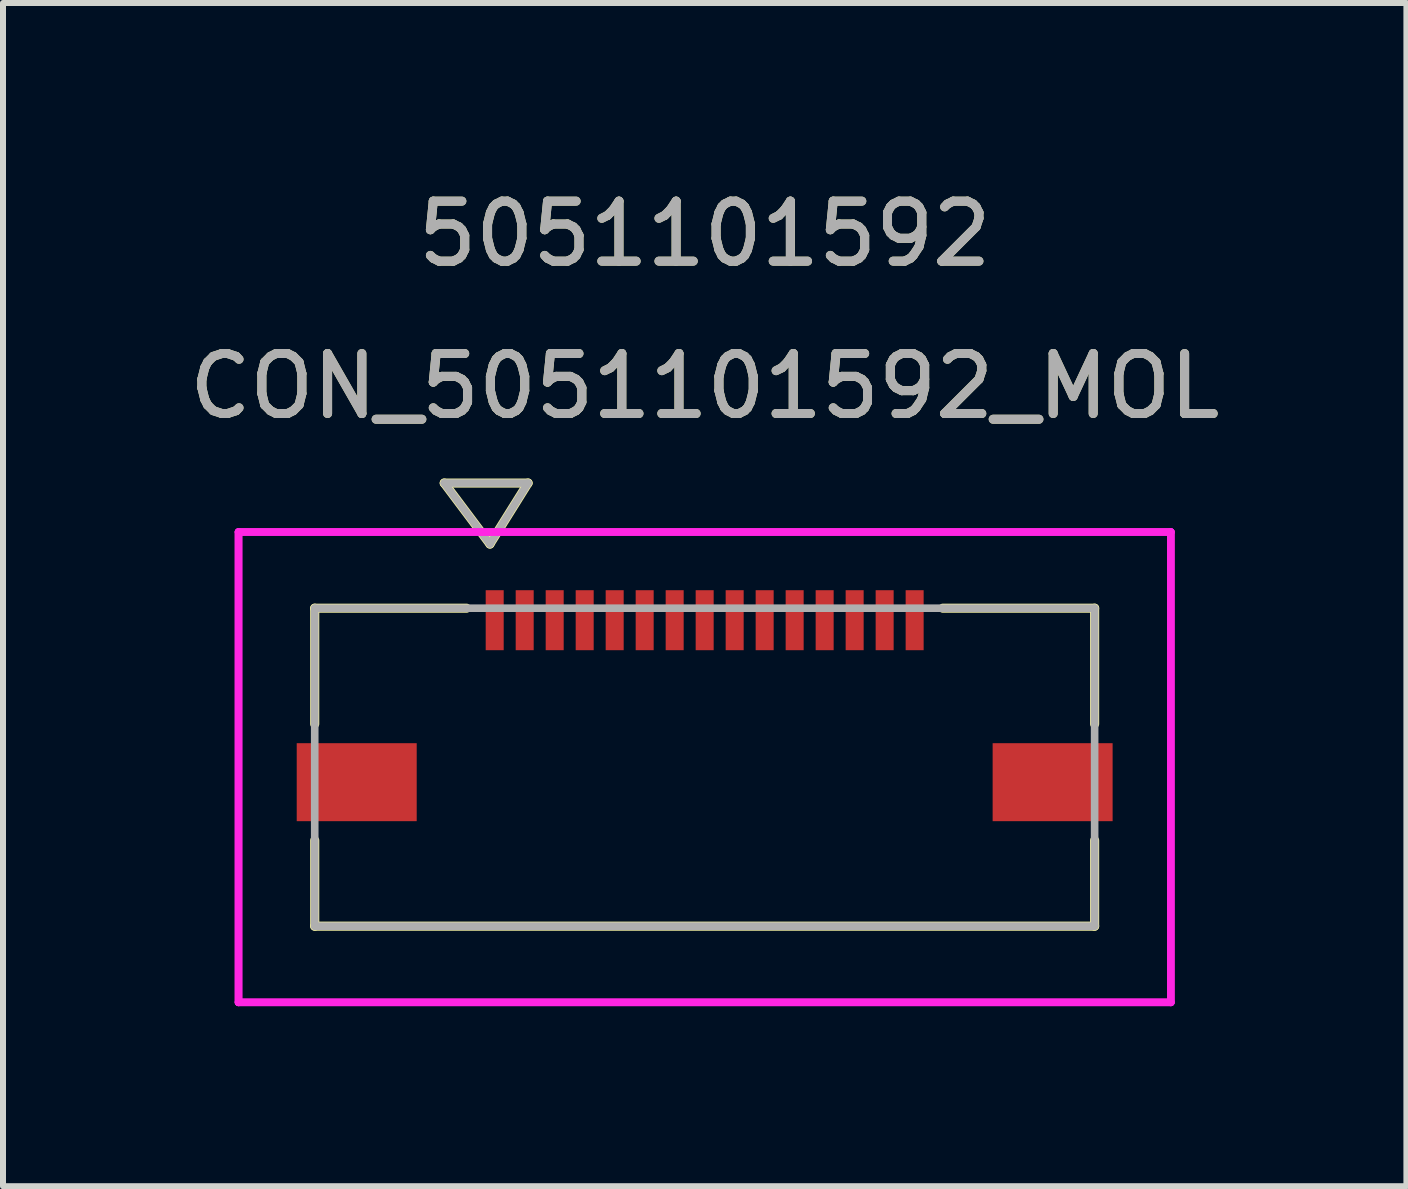
<source format=kicad_pcb>
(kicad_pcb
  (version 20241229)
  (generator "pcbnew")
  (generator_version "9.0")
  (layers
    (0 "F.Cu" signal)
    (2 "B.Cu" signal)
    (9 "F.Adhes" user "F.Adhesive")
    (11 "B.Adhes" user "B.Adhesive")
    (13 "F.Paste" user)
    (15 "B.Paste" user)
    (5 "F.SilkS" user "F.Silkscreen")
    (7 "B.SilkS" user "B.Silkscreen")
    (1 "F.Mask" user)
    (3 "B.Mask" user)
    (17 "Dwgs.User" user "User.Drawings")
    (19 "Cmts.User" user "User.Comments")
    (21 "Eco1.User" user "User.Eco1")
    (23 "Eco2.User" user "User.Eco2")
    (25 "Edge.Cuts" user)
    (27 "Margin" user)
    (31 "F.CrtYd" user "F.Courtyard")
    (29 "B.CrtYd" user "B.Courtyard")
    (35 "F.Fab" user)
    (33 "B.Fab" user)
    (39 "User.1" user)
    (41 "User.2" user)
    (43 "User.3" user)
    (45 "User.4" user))
  (footprint "CON_5051101592_MOL"
    (layer "F.Cu")
    (at 8.696 9.738)
    (property "Reference" "CON_5051101592_MOL" (at 0 -6.35 0) (unlocked yes) (layer "F.SilkS") (effects (font (size 1 1) (thickness 0.15))))
    (attr smd)
    (fp_line (start -6.5 -2.65) (end -6.5 -0.72) (stroke (width 0.152) (type solid)) (layer "F.SilkS"))
    (fp_line (start -6.5 1.22) (end -6.5 2.65) (stroke (width 0.152) (type solid)) (layer "F.SilkS"))
    (fp_line (start -6.5 2.65) (end 6.5 2.65) (stroke (width 0.152) (type solid)) (layer "F.SilkS"))
    (fp_line (start -4.341 -4.736) (end -3.579 -3.72) (stroke (width 0.152) (type solid)) (layer "F.SilkS"))
    (fp_line (start -4.341 -4.736) (end -2.944 -4.736) (stroke (width 0.152) (type solid)) (layer "F.SilkS"))
    (fp_line (start -3.97 -2.65) (end -6.5 -2.65) (stroke (width 0.152) (type solid)) (layer "F.SilkS"))
    (fp_line (start -2.944 -4.736) (end -3.579 -3.72) (stroke (width 0.152) (type solid)) (layer "F.SilkS"))
    (fp_line (start 6.5 -2.65) (end 3.97 -2.65) (stroke (width 0.152) (type solid)) (layer "F.SilkS"))
    (fp_line (start 6.5 -0.72) (end 6.5 -2.65) (stroke (width 0.152) (type solid)) (layer "F.SilkS"))
    (fp_line (start 6.5 2.65) (end 6.5 1.22) (stroke (width 0.152) (type solid)) (layer "F.SilkS"))
    (fp_line (start -7.77 -3.92) (end -7.77 3.92) (stroke (width 0.127) (type solid)) (layer "F.CrtYd"))
    (fp_line (start -7.77 -3.92) (end -7.77 3.92) (stroke (width 0.127) (type solid)) (layer "F.CrtYd"))
    (fp_line (start -7.77 3.92) (end 7.77 3.92) (stroke (width 0.127) (type solid)) (layer "F.CrtYd"))
    (fp_line (start -7.77 3.92) (end 7.77 3.92) (stroke (width 0.127) (type solid)) (layer "F.CrtYd"))
    (fp_line (start 7.77 -3.92) (end -7.77 -3.92) (stroke (width 0.127) (type solid)) (layer "F.CrtYd"))
    (fp_line (start 7.77 -3.92) (end -7.77 -3.92) (stroke (width 0.127) (type solid)) (layer "F.CrtYd"))
    (fp_line (start 7.77 3.92) (end 7.77 -3.92) (stroke (width 0.127) (type solid)) (layer "F.CrtYd"))
    (fp_line (start 7.77 3.92) (end 7.77 -3.92) (stroke (width 0.127) (type solid)) (layer "F.CrtYd"))
    (fp_line (start -6.5 -2.65) (end -6.5 2.65) (stroke (width 0.127) (type solid)) (layer "F.Fab"))
    (fp_line (start -6.5 2.65) (end 6.5 2.65) (stroke (width 0.127) (type solid)) (layer "F.Fab"))
    (fp_line (start -4.341 -4.736) (end -3.579 -3.72) (stroke (width 0.127) (type solid)) (layer "F.Fab"))
    (fp_line (start -4.341 -4.736) (end -2.944 -4.736) (stroke (width 0.127) (type solid)) (layer "F.Fab"))
    (fp_line (start -2.944 -4.736) (end -3.579 -3.72) (stroke (width 0.127) (type solid)) (layer "F.Fab"))
    (fp_line (start 6.5 -2.65) (end -6.5 -2.65) (stroke (width 0.127) (type solid)) (layer "F.Fab"))
    (fp_line (start 6.5 2.65) (end 6.5 -2.65) (stroke (width 0.127) (type solid)) (layer "F.Fab"))
    (fp_text user "5051101592" (at 0 -8.89 0) (unlocked yes) (layer "F.SilkS") (effects (font (size 1 1) (thickness 0.15))))
    (fp_text user "5051101592" (at 0 -8.89 0) (unlocked yes) (layer "F.Fab") (effects (font (size 1 1) (thickness 0.15))))
    (fp_text user "${REFERENCE}" (at 0 -6.35 0) (unlocked yes) (layer "F.Fab") (effects (font (size 1 1) (thickness 0.15))))
    (pad "1" smd rect (at -3.5 -2.45) (size 0.3 1) (layers "F.Cu" "F.Mask" "F.Paste"))
    (pad "2" smd rect (at -3 -2.45) (size 0.3 1) (layers "F.Cu" "F.Mask" "F.Paste"))
    (pad "3" smd rect (at -2.5 -2.45) (size 0.3 1) (layers "F.Cu" "F.Mask" "F.Paste"))
    (pad "4" smd rect (at -2 -2.45) (size 0.3 1) (layers "F.Cu" "F.Mask" "F.Paste"))
    (pad "5" smd rect (at -1.5 -2.45) (size 0.3 1) (layers "F.Cu" "F.Mask" "F.Paste"))
    (pad "6" smd rect (at -1 -2.45) (size 0.3 1) (layers "F.Cu" "F.Mask" "F.Paste"))
    (pad "7" smd rect (at -0.5 -2.45) (size 0.3 1) (layers "F.Cu" "F.Mask" "F.Paste"))
    (pad "8" smd rect (at 0 -2.45) (size 0.3 1) (layers "F.Cu" "F.Mask" "F.Paste"))
    (pad "9" smd rect (at 0.5 -2.45) (size 0.3 1) (layers "F.Cu" "F.Mask" "F.Paste"))
    (pad "10" smd rect (at 1 -2.45) (size 0.3 1) (layers "F.Cu" "F.Mask" "F.Paste"))
    (pad "11" smd rect (at 1.5 -2.45) (size 0.3 1) (layers "F.Cu" "F.Mask" "F.Paste"))
    (pad "12" smd rect (at 2 -2.45) (size 0.3 1) (layers "F.Cu" "F.Mask" "F.Paste"))
    (pad "13" smd rect (at 2.5 -2.45) (size 0.3 1) (layers "F.Cu" "F.Mask" "F.Paste"))
    (pad "14" smd rect (at 3 -2.45) (size 0.3 1) (layers "F.Cu" "F.Mask" "F.Paste"))
    (pad "15" smd rect (at 3.5 -2.45) (size 0.3 1) (layers "F.Cu" "F.Mask" "F.Paste"))
    (pad "P1" smd rect (at -5.8 0.25) (size 2 1.3) (layers "F.Cu" "F.Mask" "F.Paste"))
    (pad "P2" smd rect (at 5.8 0.25) (size 2 1.3) (layers "F.Cu" "F.Mask" "F.Paste")))
  (gr_rect
    (start -3 -3)
    (end 20.393 16.722)
    (stroke (width 0.1) (type default))
    (fill no)
    (layer "Edge.Cuts")))
</source>
